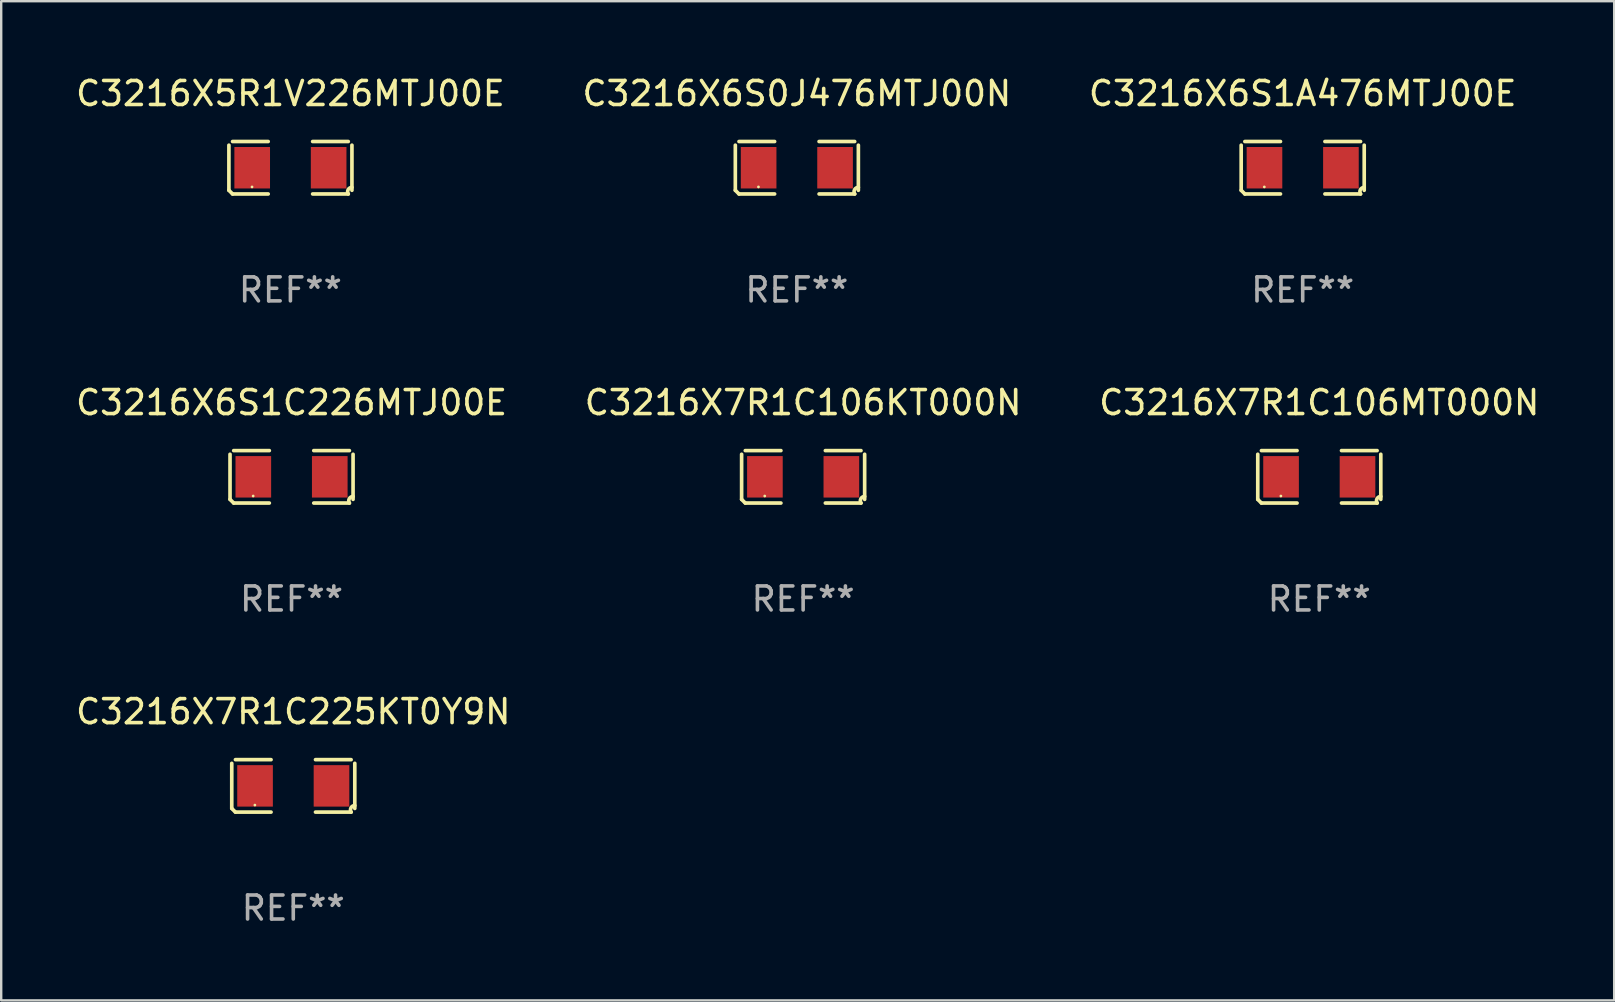
<source format=kicad_pcb>
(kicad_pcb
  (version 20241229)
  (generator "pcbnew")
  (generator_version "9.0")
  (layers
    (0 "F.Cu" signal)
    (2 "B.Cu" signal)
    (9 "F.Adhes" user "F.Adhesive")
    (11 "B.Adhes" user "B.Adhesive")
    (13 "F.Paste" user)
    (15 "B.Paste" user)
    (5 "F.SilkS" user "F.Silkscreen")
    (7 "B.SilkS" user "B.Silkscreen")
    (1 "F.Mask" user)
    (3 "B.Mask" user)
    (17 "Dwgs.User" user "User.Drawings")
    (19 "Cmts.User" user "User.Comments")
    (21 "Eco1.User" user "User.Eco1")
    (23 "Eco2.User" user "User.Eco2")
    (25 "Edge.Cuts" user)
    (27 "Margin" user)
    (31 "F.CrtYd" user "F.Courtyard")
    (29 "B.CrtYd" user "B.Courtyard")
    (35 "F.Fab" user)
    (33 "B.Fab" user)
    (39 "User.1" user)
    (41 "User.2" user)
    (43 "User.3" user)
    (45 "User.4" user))
  (footprint "C3216X7R1C106MT000N"
    (layer "F.Cu")
    (at 51.935 16.823)
    (property "Reference" "C3216X7R1C106MT000N" (at 0 -3.093 0) (layer "F.SilkS") (effects (font (size 1 1) (thickness 0.15))))
    (attr through_hole)
    (fp_line (start -2.564 0.94) (end -2.564 -0.94) (stroke (width 0.152) (type solid)) (layer "F.SilkS"))
    (fp_line (start -2.411 -1.093) (end -0.926 -1.093) (stroke (width 0.152) (type solid)) (layer "F.SilkS"))
    (fp_line (start -0.926 1.093) (end -2.411 1.093) (stroke (width 0.152) (type solid)) (layer "F.SilkS"))
    (fp_line (start 0.926 1.093) (end 2.411 1.093) (stroke (width 0.152) (type solid)) (layer "F.SilkS"))
    (fp_line (start 2.411 -1.093) (end 0.926 -1.093) (stroke (width 0.152) (type solid)) (layer "F.SilkS"))
    (fp_line (start 2.564 0.94) (end 2.564 -0.94) (stroke (width 0.152) (type solid)) (layer "F.SilkS"))
    (fp_arc (start -2.411201 1.092609) (mid -2.487413 1.01642) (end -2.563602 0.940208) (stroke (width 0.1524) (type solid)) (layer "F.SilkS"))
    (fp_arc (start 2.411201 1.092609) (mid 2.407159 0.911226) (end 2.563602 0.819347) (stroke (width 0.1524) (type solid)) (layer "F.SilkS"))
    (fp_circle (center -1.6 0.8) (end -1.57 0.8) (stroke (width 0.06) (type solid)) (fill no) (layer "F.SilkS"))
    (fp_text user "REF**" (at 0 5.093 0) (layer "F.Fab") (effects (font (size 1 1) (thickness 0.15))))
    (pad "1" smd rect (at -1.593 0) (size 1.485 1.728) (layers "F.Cu" "F.Mask" "F.Paste"))
    (pad "2" smd rect (at 1.593 0) (size 1.485 1.728) (layers "F.Cu" "F.Mask" "F.Paste")))
  (footprint "C3216X6S1C226MTJ00E"
    (layer "F.Cu")
    (at 9.101 16.823)
    (property "Reference" "C3216X6S1C226MTJ00E" (at 0 -3.093 0) (layer "F.SilkS") (effects (font (size 1 1) (thickness 0.15))))
    (attr through_hole)
    (fp_line (start -2.564 0.94) (end -2.564 -0.94) (stroke (width 0.152) (type solid)) (layer "F.SilkS"))
    (fp_line (start -2.411 -1.093) (end -0.926 -1.093) (stroke (width 0.152) (type solid)) (layer "F.SilkS"))
    (fp_line (start -0.926 1.093) (end -2.411 1.093) (stroke (width 0.152) (type solid)) (layer "F.SilkS"))
    (fp_line (start 0.926 1.093) (end 2.411 1.093) (stroke (width 0.152) (type solid)) (layer "F.SilkS"))
    (fp_line (start 2.411 -1.093) (end 0.926 -1.093) (stroke (width 0.152) (type solid)) (layer "F.SilkS"))
    (fp_line (start 2.564 0.94) (end 2.564 -0.94) (stroke (width 0.152) (type solid)) (layer "F.SilkS"))
    (fp_arc (start -2.411201 1.092609) (mid -2.487413 1.01642) (end -2.563602 0.940208) (stroke (width 0.1524) (type solid)) (layer "F.SilkS"))
    (fp_arc (start 2.411201 1.092609) (mid 2.407159 0.911226) (end 2.563602 0.819347) (stroke (width 0.1524) (type solid)) (layer "F.SilkS"))
    (fp_circle (center -1.6 0.8) (end -1.57 0.8) (stroke (width 0.06) (type solid)) (fill no) (layer "F.SilkS"))
    (fp_text user "REF**" (at 0 5.093 0) (layer "F.Fab") (effects (font (size 1 1) (thickness 0.15))))
    (pad "1" smd rect (at -1.593 0) (size 1.485 1.728) (layers "F.Cu" "F.Mask" "F.Paste"))
    (pad "2" smd rect (at 1.593 0) (size 1.485 1.728) (layers "F.Cu" "F.Mask" "F.Paste")))
  (footprint "C3216X5R1V226MTJ00E"
    (layer "F.Cu")
    (at 9.054 3.941)
    (property "Reference" "C3216X5R1V226MTJ00E" (at 0 -3.093 0) (layer "F.SilkS") (effects (font (size 1 1) (thickness 0.15))))
    (attr through_hole)
    (fp_line (start -2.564 0.94) (end -2.564 -0.94) (stroke (width 0.152) (type solid)) (layer "F.SilkS"))
    (fp_line (start -2.411 -1.093) (end -0.926 -1.093) (stroke (width 0.152) (type solid)) (layer "F.SilkS"))
    (fp_line (start -0.926 1.093) (end -2.411 1.093) (stroke (width 0.152) (type solid)) (layer "F.SilkS"))
    (fp_line (start 0.926 1.093) (end 2.411 1.093) (stroke (width 0.152) (type solid)) (layer "F.SilkS"))
    (fp_line (start 2.411 -1.093) (end 0.926 -1.093) (stroke (width 0.152) (type solid)) (layer "F.SilkS"))
    (fp_line (start 2.564 0.94) (end 2.564 -0.94) (stroke (width 0.152) (type solid)) (layer "F.SilkS"))
    (fp_arc (start -2.411201 1.092609) (mid -2.487413 1.01642) (end -2.563602 0.940208) (stroke (width 0.1524) (type solid)) (layer "F.SilkS"))
    (fp_arc (start 2.411201 1.092609) (mid 2.407159 0.911226) (end 2.563602 0.819347) (stroke (width 0.1524) (type solid)) (layer "F.SilkS"))
    (fp_circle (center -1.6 0.8) (end -1.57 0.8) (stroke (width 0.06) (type solid)) (fill no) (layer "F.SilkS"))
    (fp_text user "REF**" (at 0 5.093 0) (layer "F.Fab") (effects (font (size 1 1) (thickness 0.15))))
    (pad "1" smd rect (at -1.593 0) (size 1.485 1.728) (layers "F.Cu" "F.Mask" "F.Paste"))
    (pad "2" smd rect (at 1.593 0) (size 1.485 1.728) (layers "F.Cu" "F.Mask" "F.Paste")))
  (footprint "C3216X6S1A476MTJ00E"
    (layer "F.Cu")
    (at 51.244 3.941)
    (property "Reference" "C3216X6S1A476MTJ00E" (at 0 -3.093 0) (layer "F.SilkS") (effects (font (size 1 1) (thickness 0.15))))
    (attr through_hole)
    (fp_line (start -2.564 0.94) (end -2.564 -0.94) (stroke (width 0.152) (type solid)) (layer "F.SilkS"))
    (fp_line (start -2.411 -1.093) (end -0.926 -1.093) (stroke (width 0.152) (type solid)) (layer "F.SilkS"))
    (fp_line (start -0.926 1.093) (end -2.411 1.093) (stroke (width 0.152) (type solid)) (layer "F.SilkS"))
    (fp_line (start 0.926 1.093) (end 2.411 1.093) (stroke (width 0.152) (type solid)) (layer "F.SilkS"))
    (fp_line (start 2.411 -1.093) (end 0.926 -1.093) (stroke (width 0.152) (type solid)) (layer "F.SilkS"))
    (fp_line (start 2.564 0.94) (end 2.564 -0.94) (stroke (width 0.152) (type solid)) (layer "F.SilkS"))
    (fp_arc (start -2.411201 1.092609) (mid -2.487413 1.01642) (end -2.563602 0.940208) (stroke (width 0.1524) (type solid)) (layer "F.SilkS"))
    (fp_arc (start 2.411201 1.092609) (mid 2.407159 0.911226) (end 2.563602 0.819347) (stroke (width 0.1524) (type solid)) (layer "F.SilkS"))
    (fp_circle (center -1.6 0.8) (end -1.57 0.8) (stroke (width 0.06) (type solid)) (fill no) (layer "F.SilkS"))
    (fp_text user "REF**" (at 0 5.093 0) (layer "F.Fab") (effects (font (size 1 1) (thickness 0.15))))
    (pad "1" smd rect (at -1.593 0) (size 1.485 1.728) (layers "F.Cu" "F.Mask" "F.Paste"))
    (pad "2" smd rect (at 1.593 0) (size 1.485 1.728) (layers "F.Cu" "F.Mask" "F.Paste")))
  (footprint "C3216X7R1C106KT000N"
    (layer "F.Cu")
    (at 30.423 16.823)
    (property "Reference" "C3216X7R1C106KT000N" (at 0 -3.093 0) (layer "F.SilkS") (effects (font (size 1 1) (thickness 0.15))))
    (attr through_hole)
    (fp_line (start -2.564 0.94) (end -2.564 -0.94) (stroke (width 0.152) (type solid)) (layer "F.SilkS"))
    (fp_line (start -2.411 -1.093) (end -0.926 -1.093) (stroke (width 0.152) (type solid)) (layer "F.SilkS"))
    (fp_line (start -0.926 1.093) (end -2.411 1.093) (stroke (width 0.152) (type solid)) (layer "F.SilkS"))
    (fp_line (start 0.926 1.093) (end 2.411 1.093) (stroke (width 0.152) (type solid)) (layer "F.SilkS"))
    (fp_line (start 2.411 -1.093) (end 0.926 -1.093) (stroke (width 0.152) (type solid)) (layer "F.SilkS"))
    (fp_line (start 2.564 0.94) (end 2.564 -0.94) (stroke (width 0.152) (type solid)) (layer "F.SilkS"))
    (fp_arc (start -2.411201 1.092609) (mid -2.487413 1.01642) (end -2.563602 0.940208) (stroke (width 0.1524) (type solid)) (layer "F.SilkS"))
    (fp_arc (start 2.411201 1.092609) (mid 2.407159 0.911226) (end 2.563602 0.819347) (stroke (width 0.1524) (type solid)) (layer "F.SilkS"))
    (fp_circle (center -1.6 0.8) (end -1.57 0.8) (stroke (width 0.06) (type solid)) (fill no) (layer "F.SilkS"))
    (fp_text user "REF**" (at 0 5.093 0) (layer "F.Fab") (effects (font (size 1 1) (thickness 0.15))))
    (pad "1" smd rect (at -1.593 0) (size 1.485 1.728) (layers "F.Cu" "F.Mask" "F.Paste"))
    (pad "2" smd rect (at 1.593 0) (size 1.485 1.728) (layers "F.Cu" "F.Mask" "F.Paste")))
  (footprint "C3216X7R1C225KT0Y9N"
    (layer "F.Cu")
    (at 9.173 29.704)
    (property "Reference" "C3216X7R1C225KT0Y9N" (at 0 -3.093 0) (layer "F.SilkS") (effects (font (size 1 1) (thickness 0.15))))
    (attr through_hole)
    (fp_line (start -2.564 0.94) (end -2.564 -0.94) (stroke (width 0.152) (type solid)) (layer "F.SilkS"))
    (fp_line (start -2.411 -1.093) (end -0.926 -1.093) (stroke (width 0.152) (type solid)) (layer "F.SilkS"))
    (fp_line (start -0.926 1.093) (end -2.411 1.093) (stroke (width 0.152) (type solid)) (layer "F.SilkS"))
    (fp_line (start 0.926 1.093) (end 2.411 1.093) (stroke (width 0.152) (type solid)) (layer "F.SilkS"))
    (fp_line (start 2.411 -1.093) (end 0.926 -1.093) (stroke (width 0.152) (type solid)) (layer "F.SilkS"))
    (fp_line (start 2.564 0.94) (end 2.564 -0.94) (stroke (width 0.152) (type solid)) (layer "F.SilkS"))
    (fp_arc (start -2.411201 1.092609) (mid -2.487413 1.01642) (end -2.563602 0.940208) (stroke (width 0.1524) (type solid)) (layer "F.SilkS"))
    (fp_arc (start 2.411201 1.092609) (mid 2.407159 0.911226) (end 2.563602 0.819347) (stroke (width 0.1524) (type solid)) (layer "F.SilkS"))
    (fp_circle (center -1.6 0.8) (end -1.57 0.8) (stroke (width 0.06) (type solid)) (fill no) (layer "F.SilkS"))
    (fp_text user "REF**" (at 0 5.093 0) (layer "F.Fab") (effects (font (size 1 1) (thickness 0.15))))
    (pad "1" smd rect (at -1.593 0) (size 1.485 1.728) (layers "F.Cu" "F.Mask" "F.Paste"))
    (pad "2" smd rect (at 1.593 0) (size 1.485 1.728) (layers "F.Cu" "F.Mask" "F.Paste")))
  (footprint "C3216X6S0J476MTJ00N"
    (layer "F.Cu")
    (at 30.161 3.941)
    (property "Reference" "C3216X6S0J476MTJ00N" (at 0 -3.093 0) (layer "F.SilkS") (effects (font (size 1 1) (thickness 0.15))))
    (attr through_hole)
    (fp_line (start -2.564 0.94) (end -2.564 -0.94) (stroke (width 0.152) (type solid)) (layer "F.SilkS"))
    (fp_line (start -2.411 -1.093) (end -0.926 -1.093) (stroke (width 0.152) (type solid)) (layer "F.SilkS"))
    (fp_line (start -0.926 1.093) (end -2.411 1.093) (stroke (width 0.152) (type solid)) (layer "F.SilkS"))
    (fp_line (start 0.926 1.093) (end 2.411 1.093) (stroke (width 0.152) (type solid)) (layer "F.SilkS"))
    (fp_line (start 2.411 -1.093) (end 0.926 -1.093) (stroke (width 0.152) (type solid)) (layer "F.SilkS"))
    (fp_line (start 2.564 0.94) (end 2.564 -0.94) (stroke (width 0.152) (type solid)) (layer "F.SilkS"))
    (fp_arc (start -2.411201 1.092609) (mid -2.487413 1.01642) (end -2.563602 0.940208) (stroke (width 0.1524) (type solid)) (layer "F.SilkS"))
    (fp_arc (start 2.411201 1.092609) (mid 2.407159 0.911226) (end 2.563602 0.819347) (stroke (width 0.1524) (type solid)) (layer "F.SilkS"))
    (fp_circle (center -1.6 0.8) (end -1.57 0.8) (stroke (width 0.06) (type solid)) (fill no) (layer "F.SilkS"))
    (fp_text user "REF**" (at 0 5.093 0) (layer "F.Fab") (effects (font (size 1 1) (thickness 0.15))))
    (pad "1" smd rect (at -1.593 0) (size 1.485 1.728) (layers "F.Cu" "F.Mask" "F.Paste"))
    (pad "2" smd rect (at 1.593 0) (size 1.485 1.728) (layers "F.Cu" "F.Mask" "F.Paste")))
  (gr_rect
    (start -3 -3)
    (end 64.226 38.645)
    (stroke (width 0.1) (type default))
    (fill no)
    (layer "Edge.Cuts")))
</source>
